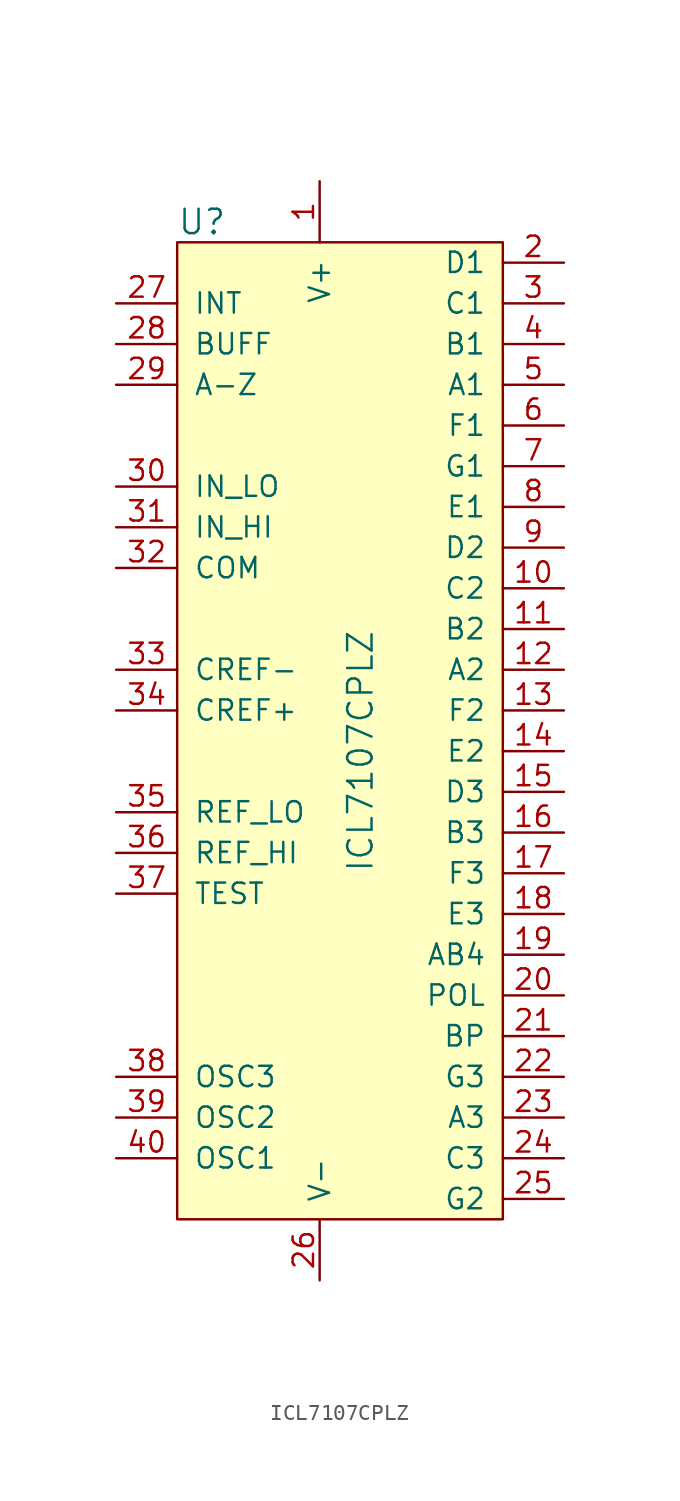
<source format=kicad_sym>
(kicad_symbol_lib
  (version 20220914)
  (generator kicad_symbol_editor)
  (symbol "ICL7107CPLZ"
    (pin_names
      (offset 1.016))
    (property "Reference" "U"
      (at -8.89 33.02 0)
      (effects (font (size 1.524 1.524)) (justify left)))
    (property "Value" "ICL7107CPLZ"
      (at 2.54 0 90)
      (effects (font (size 1.524 1.524))))
    (symbol "ICL7107CPLZ_0_1"
      (rectangle (start -8.89 31.75) (end 11.43 -29.21) (stroke (width 0) (type solid)) (fill (type background))))
    (symbol "ICL7107CPLZ_1_1"
      (pin power_in line (at 0 35.56 270) (length 3.81) (name "V+" (effects (font (size 1.27 1.27)))) (number "1" (effects (font (size 1.27 1.27)))))
      (pin output line (at 15.24 10.16 180) (length 3.81) (name "C2" (effects (font (size 1.27 1.27)))) (number "10" (effects (font (size 1.27 1.27)))))
      (pin output line (at 15.24 7.62 180) (length 3.81) (name "B2" (effects (font (size 1.27 1.27)))) (number "11" (effects (font (size 1.27 1.27)))))
      (pin output line (at 15.24 5.08 180) (length 3.81) (name "A2" (effects (font (size 1.27 1.27)))) (number "12" (effects (font (size 1.27 1.27)))))
      (pin output line (at 15.24 2.54 180) (length 3.81) (name "F2" (effects (font (size 1.27 1.27)))) (number "13" (effects (font (size 1.27 1.27)))))
      (pin output line (at 15.24 0 180) (length 3.81) (name "E2" (effects (font (size 1.27 1.27)))) (number "14" (effects (font (size 1.27 1.27)))))
      (pin output line (at 15.24 -2.54 180) (length 3.81) (name "D3" (effects (font (size 1.27 1.27)))) (number "15" (effects (font (size 1.27 1.27)))))
      (pin output line (at 15.24 -5.08 180) (length 3.81) (name "B3" (effects (font (size 1.27 1.27)))) (number "16" (effects (font (size 1.27 1.27)))))
      (pin output line (at 15.24 -7.62 180) (length 3.81) (name "F3" (effects (font (size 1.27 1.27)))) (number "17" (effects (font (size 1.27 1.27)))))
      (pin output line (at 15.24 -10.16 180) (length 3.81) (name "E3" (effects (font (size 1.27 1.27)))) (number "18" (effects (font (size 1.27 1.27)))))
      (pin output line (at 15.24 -12.7 180) (length 3.81) (name "AB4" (effects (font (size 1.27 1.27)))) (number "19" (effects (font (size 1.27 1.27)))))
      (pin output line (at 15.24 30.48 180) (length 3.81) (name "D1" (effects (font (size 1.27 1.27)))) (number "2" (effects (font (size 1.27 1.27)))))
      (pin output line (at 15.24 -15.24 180) (length 3.81) (name "POL" (effects (font (size 1.27 1.27)))) (number "20" (effects (font (size 1.27 1.27)))))
      (pin output line (at 15.24 -17.78 180) (length 3.81) (name "BP" (effects (font (size 1.27 1.27)))) (number "21" (effects (font (size 1.27 1.27)))))
      (pin output line (at 15.24 -20.32 180) (length 3.81) (name "G3" (effects (font (size 1.27 1.27)))) (number "22" (effects (font (size 1.27 1.27)))))
      (pin output line (at 15.24 -22.86 180) (length 3.81) (name "A3" (effects (font (size 1.27 1.27)))) (number "23" (effects (font (size 1.27 1.27)))))
      (pin output line (at 15.24 -25.4 180) (length 3.81) (name "C3" (effects (font (size 1.27 1.27)))) (number "24" (effects (font (size 1.27 1.27)))))
      (pin output line (at 15.24 -27.94 180) (length 3.81) (name "G2" (effects (font (size 1.27 1.27)))) (number "25" (effects (font (size 1.27 1.27)))))
      (pin power_in line (at 0 -33.02 90) (length 3.81) (name "V-" (effects (font (size 1.27 1.27)))) (number "26" (effects (font (size 1.27 1.27)))))
      (pin passive line (at -12.7 27.94 0) (length 3.81) (name "INT" (effects (font (size 1.27 1.27)))) (number "27" (effects (font (size 1.27 1.27)))))
      (pin passive line (at -12.7 25.4 0) (length 3.81) (name "BUFF" (effects (font (size 1.27 1.27)))) (number "28" (effects (font (size 1.27 1.27)))))
      (pin passive line (at -12.7 22.86 0) (length 3.81) (name "A-Z" (effects (font (size 1.27 1.27)))) (number "29" (effects (font (size 1.27 1.27)))))
      (pin output line (at 15.24 27.94 180) (length 3.81) (name "C1" (effects (font (size 1.27 1.27)))) (number "3" (effects (font (size 1.27 1.27)))))
      (pin input line (at -12.7 16.51 0) (length 3.81) (name "IN_LO" (effects (font (size 1.27 1.27)))) (number "30" (effects (font (size 1.27 1.27)))))
      (pin input line (at -12.7 13.97 0) (length 3.81) (name "IN_HI" (effects (font (size 1.27 1.27)))) (number "31" (effects (font (size 1.27 1.27)))))
      (pin input line (at -12.7 11.43 0) (length 3.81) (name "COM" (effects (font (size 1.27 1.27)))) (number "32" (effects (font (size 1.27 1.27)))))
      (pin passive line (at -12.7 5.08 0) (length 3.81) (name "CREF-" (effects (font (size 1.27 1.27)))) (number "33" (effects (font (size 1.27 1.27)))))
      (pin passive line (at -12.7 2.54 0) (length 3.81) (name "CREF+" (effects (font (size 1.27 1.27)))) (number "34" (effects (font (size 1.27 1.27)))))
      (pin input line (at -12.7 -3.81 0) (length 3.81) (name "REF_LO" (effects (font (size 1.27 1.27)))) (number "35" (effects (font (size 1.27 1.27)))))
      (pin input line (at -12.7 -6.35 0) (length 3.81) (name "REF_HI" (effects (font (size 1.27 1.27)))) (number "36" (effects (font (size 1.27 1.27)))))
      (pin input line (at -12.7 -8.89 0) (length 3.81) (name "TEST" (effects (font (size 1.27 1.27)))) (number "37" (effects (font (size 1.27 1.27)))))
      (pin passive line (at -12.7 -20.32 0) (length 3.81) (name "OSC3" (effects (font (size 1.27 1.27)))) (number "38" (effects (font (size 1.27 1.27)))))
      (pin passive line (at -12.7 -22.86 0) (length 3.81) (name "OSC2" (effects (font (size 1.27 1.27)))) (number "39" (effects (font (size 1.27 1.27)))))
      (pin output line (at 15.24 25.4 180) (length 3.81) (name "B1" (effects (font (size 1.27 1.27)))) (number "4" (effects (font (size 1.27 1.27)))))
      (pin passive line (at -12.7 -25.4 0) (length 3.81) (name "OSC1" (effects (font (size 1.27 1.27)))) (number "40" (effects (font (size 1.27 1.27)))))
      (pin output line (at 15.24 22.86 180) (length 3.81) (name "A1" (effects (font (size 1.27 1.27)))) (number "5" (effects (font (size 1.27 1.27)))))
      (pin output line (at 15.24 20.32 180) (length 3.81) (name "F1" (effects (font (size 1.27 1.27)))) (number "6" (effects (font (size 1.27 1.27)))))
      (pin output line (at 15.24 17.78 180) (length 3.81) (name "G1" (effects (font (size 1.27 1.27)))) (number "7" (effects (font (size 1.27 1.27)))))
      (pin output line (at 15.24 15.24 180) (length 3.81) (name "E1" (effects (font (size 1.27 1.27)))) (number "8" (effects (font (size 1.27 1.27)))))
      (pin output line (at 15.24 12.7 180) (length 3.81) (name "D2" (effects (font (size 1.27 1.27)))) (number "9" (effects (font (size 1.27 1.27))))))))
</source>
